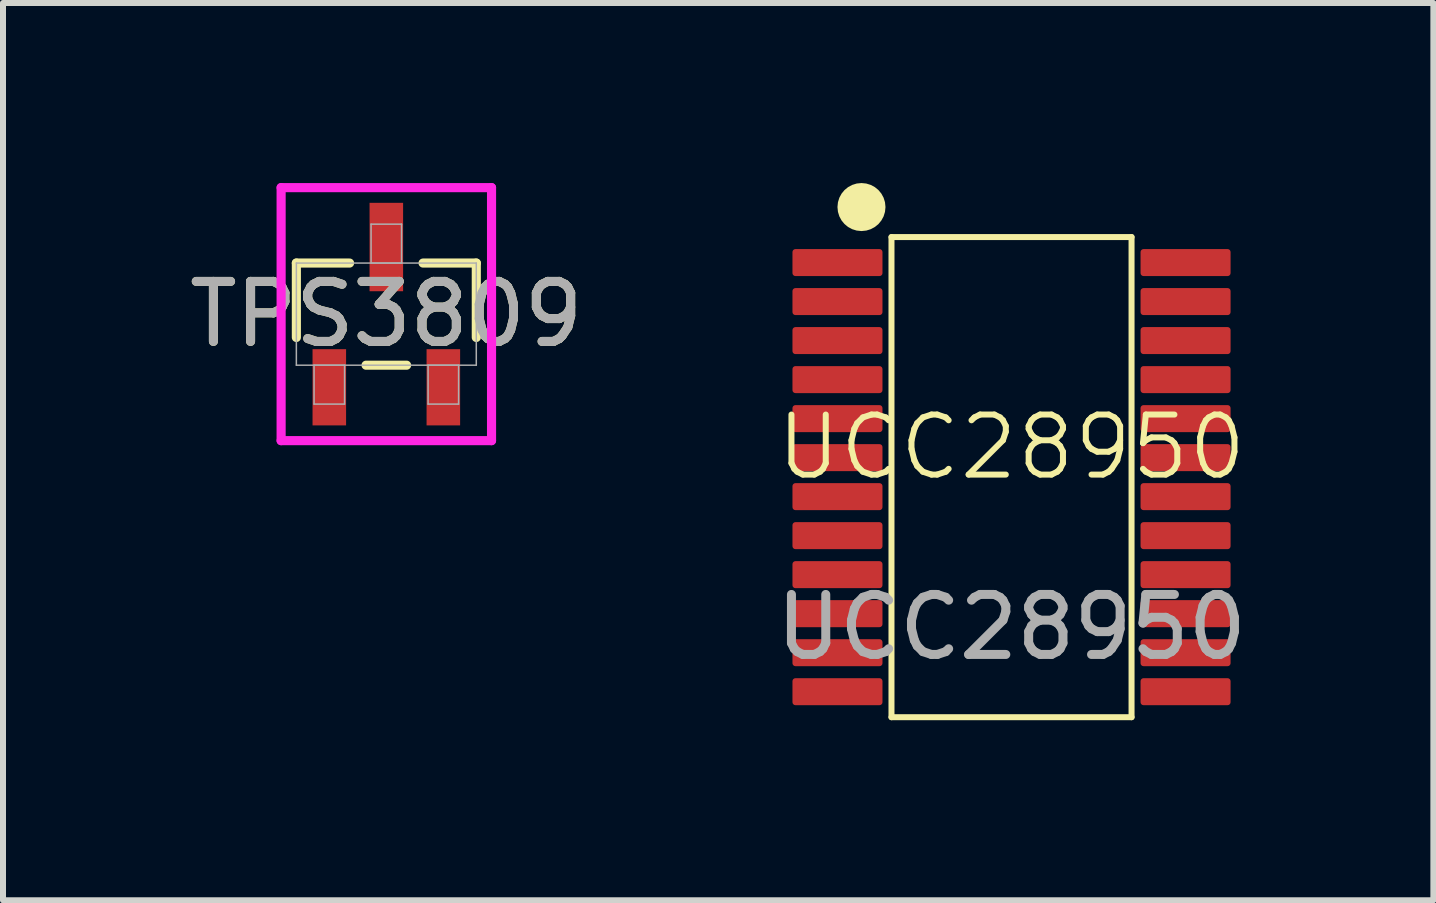
<source format=kicad_pcb>
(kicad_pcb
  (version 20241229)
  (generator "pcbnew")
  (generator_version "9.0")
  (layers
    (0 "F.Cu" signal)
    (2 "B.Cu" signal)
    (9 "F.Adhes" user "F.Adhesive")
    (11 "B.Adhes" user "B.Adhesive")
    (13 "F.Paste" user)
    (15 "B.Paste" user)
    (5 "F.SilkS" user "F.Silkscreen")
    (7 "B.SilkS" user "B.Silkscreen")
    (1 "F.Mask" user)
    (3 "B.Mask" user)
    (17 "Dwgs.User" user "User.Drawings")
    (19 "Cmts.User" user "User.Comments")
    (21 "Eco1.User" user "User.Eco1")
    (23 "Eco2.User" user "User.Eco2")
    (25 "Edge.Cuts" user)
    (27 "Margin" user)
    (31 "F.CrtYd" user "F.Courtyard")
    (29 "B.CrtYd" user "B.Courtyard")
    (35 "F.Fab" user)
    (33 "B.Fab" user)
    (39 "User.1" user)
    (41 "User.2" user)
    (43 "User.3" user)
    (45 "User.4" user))
  (footprint "TPS3809"
    (layer "F.Cu")
    (at 3.387 2.184)
    (property "Reference" "TPS3809" (at 0 0 0) (unlocked yes) (layer "F.SilkS") (effects (font (size 1 1) (thickness 0.15))))
    (attr smd)
    (fp_line (start -1.499 -0.851) (end -1.499 0.389) (stroke (width 0.152) (type solid)) (layer "F.SilkS"))
    (fp_line (start -0.612 -0.851) (end -1.499 -0.851) (stroke (width 0.152) (type solid)) (layer "F.SilkS"))
    (fp_line (start -0.338 0.851) (end 0.338 0.851) (stroke (width 0.152) (type solid)) (layer "F.SilkS"))
    (fp_line (start 1.499 -0.851) (end 0.612 -0.851) (stroke (width 0.152) (type solid)) (layer "F.SilkS"))
    (fp_line (start 1.499 0.389) (end 1.499 -0.851) (stroke (width 0.152) (type solid)) (layer "F.SilkS"))
    (fp_line (start -1.753 -2.108) (end 1.753 -2.108) (stroke (width 0.152) (type solid)) (layer "F.CrtYd"))
    (fp_line (start -1.753 2.108) (end -1.753 -2.108) (stroke (width 0.152) (type solid)) (layer "F.CrtYd"))
    (fp_line (start 1.753 -2.108) (end 1.753 2.108) (stroke (width 0.152) (type solid)) (layer "F.CrtYd"))
    (fp_line (start 1.753 2.108) (end -1.753 2.108) (stroke (width 0.152) (type solid)) (layer "F.CrtYd"))
    (fp_line (start -1.499 -0.851) (end -1.499 0.851) (stroke (width 0.025) (type solid)) (layer "F.Fab"))
    (fp_line (start -1.499 0.851) (end 1.499 0.851) (stroke (width 0.025) (type solid)) (layer "F.Fab"))
    (fp_line (start -1.204 0.851) (end -1.204 1.499) (stroke (width 0.025) (type solid)) (layer "F.Fab"))
    (fp_line (start -1.204 1.499) (end -0.696 1.499) (stroke (width 0.025) (type solid)) (layer "F.Fab"))
    (fp_line (start -0.696 0.851) (end -1.204 0.851) (stroke (width 0.025) (type solid)) (layer "F.Fab"))
    (fp_line (start -0.696 1.499) (end -0.696 0.851) (stroke (width 0.025) (type solid)) (layer "F.Fab"))
    (fp_line (start -0.254 -1.499) (end -0.254 -0.851) (stroke (width 0.025) (type solid)) (layer "F.Fab"))
    (fp_line (start -0.254 -0.851) (end 0.254 -0.851) (stroke (width 0.025) (type solid)) (layer "F.Fab"))
    (fp_line (start 0.254 -1.499) (end -0.254 -1.499) (stroke (width 0.025) (type solid)) (layer "F.Fab"))
    (fp_line (start 0.254 -0.851) (end 0.254 -1.499) (stroke (width 0.025) (type solid)) (layer "F.Fab"))
    (fp_line (start 0.696 0.851) (end 0.696 1.499) (stroke (width 0.025) (type solid)) (layer "F.Fab"))
    (fp_line (start 0.696 1.499) (end 1.204 1.499) (stroke (width 0.025) (type solid)) (layer "F.Fab"))
    (fp_line (start 1.204 0.851) (end 0.696 0.851) (stroke (width 0.025) (type solid)) (layer "F.Fab"))
    (fp_line (start 1.204 1.499) (end 1.204 0.851) (stroke (width 0.025) (type solid)) (layer "F.Fab"))
    (fp_line (start 1.499 -0.851) (end -1.499 -0.851) (stroke (width 0.025) (type solid)) (layer "F.Fab"))
    (fp_line (start 1.499 0.851) (end 1.499 -0.851) (stroke (width 0.025) (type solid)) (layer "F.Fab"))
    (fp_text user "${REFERENCE}" (at 0 0 0) (unlocked yes) (layer "F.Fab") (effects (font (size 1 1) (thickness 0.15))))
    (pad "1" smd rect (at -0.95 1.219) (size 0.559 1.27) (layers "F.Cu" "F.Mask" "F.Paste"))
    (pad "2" smd rect (at 0.95 1.219) (size 0.559 1.27) (layers "F.Cu" "F.Mask" "F.Paste"))
    (pad "3" smd rect (at 0 -1.118) (size 0.559 1.473) (layers "F.Cu" "F.Mask" "F.Paste")))
  (footprint "UCC28950"
    (layer "F.Cu")
    (at 13.804 4.9)
    (property "Reference" "UCC28950" (at 0 -0.5 0) (unlocked yes) (layer "F.SilkS") (effects (font (size 1 1) (thickness 0.1))))
    (attr smd)
    (fp_line (start -2 -4) (end 2 -4) (stroke (width 0.1) (type default)) (layer "F.SilkS"))
    (fp_line (start -2 4) (end -2 -4) (stroke (width 0.1) (type default)) (layer "F.SilkS"))
    (fp_line (start 2 -4) (end 2 4) (stroke (width 0.1) (type default)) (layer "F.SilkS"))
    (fp_line (start 2 4) (end -2 4) (stroke (width 0.1) (type default)) (layer "F.SilkS"))
    (fp_circle (center -2.5 -4.5) (end -2.3 -4.5) (stroke (width 0.4) (type default)) (fill no) (layer "F.SilkS"))
    (fp_text user "${REFERENCE}" (at 0 2.5 0) (unlocked yes) (layer "F.Fab") (effects (font (size 1 1) (thickness 0.15))))
    (pad "1" smd roundrect (at -2.9 -3.575) (size 1.5 0.45) (layers "F.Cu" "F.Mask" "F.Paste") (roundrect_rratio 0.111))
    (pad "2" smd roundrect (at -2.9 -2.925) (size 1.5 0.45) (layers "F.Cu" "F.Mask" "F.Paste") (roundrect_rratio 0.111))
    (pad "3" smd roundrect (at -2.9 -2.275) (size 1.5 0.45) (layers "F.Cu" "F.Mask" "F.Paste") (roundrect_rratio 0.111))
    (pad "4" smd roundrect (at -2.9 -1.625) (size 1.5 0.45) (layers "F.Cu" "F.Mask" "F.Paste") (roundrect_rratio 0.111))
    (pad "5" smd roundrect (at -2.9 -0.975) (size 1.5 0.45) (layers "F.Cu" "F.Mask" "F.Paste") (roundrect_rratio 0.111))
    (pad "6" smd roundrect (at -2.9 -0.325) (size 1.5 0.45) (layers "F.Cu" "F.Mask" "F.Paste") (roundrect_rratio 0.111))
    (pad "7" smd roundrect (at -2.9 0.325) (size 1.5 0.45) (layers "F.Cu" "F.Mask" "F.Paste") (roundrect_rratio 0.111))
    (pad "8" smd roundrect (at -2.9 0.975) (size 1.5 0.45) (layers "F.Cu" "F.Mask" "F.Paste") (roundrect_rratio 0.111))
    (pad "9" smd roundrect (at -2.9 1.625) (size 1.5 0.45) (layers "F.Cu" "F.Mask" "F.Paste") (roundrect_rratio 0.111))
    (pad "10" smd roundrect (at -2.9 2.275) (size 1.5 0.45) (layers "F.Cu" "F.Mask" "F.Paste") (roundrect_rratio 0.111))
    (pad "11" smd roundrect (at -2.9 2.925) (size 1.5 0.45) (layers "F.Cu" "F.Mask" "F.Paste") (roundrect_rratio 0.111))
    (pad "12" smd roundrect (at -2.9 3.575) (size 1.5 0.45) (layers "F.Cu" "F.Mask" "F.Paste") (roundrect_rratio 0.111))
    (pad "13" smd roundrect (at 2.9 3.575) (size 1.5 0.45) (layers "F.Cu" "F.Mask" "F.Paste") (roundrect_rratio 0.111))
    (pad "14" smd roundrect (at 2.9 2.925) (size 1.5 0.45) (layers "F.Cu" "F.Mask" "F.Paste") (roundrect_rratio 0.111))
    (pad "15" smd roundrect (at 2.9 2.275) (size 1.5 0.45) (layers "F.Cu" "F.Mask" "F.Paste") (roundrect_rratio 0.111))
    (pad "16" smd roundrect (at 2.9 1.625) (size 1.5 0.45) (layers "F.Cu" "F.Mask" "F.Paste") (roundrect_rratio 0.111))
    (pad "17" smd roundrect (at 2.9 0.975) (size 1.5 0.45) (layers "F.Cu" "F.Mask" "F.Paste") (roundrect_rratio 0.111))
    (pad "18" smd roundrect (at 2.9 0.325) (size 1.5 0.45) (layers "F.Cu" "F.Mask" "F.Paste") (roundrect_rratio 0.111))
    (pad "19" smd roundrect (at 2.9 -0.325) (size 1.5 0.45) (layers "F.Cu" "F.Mask" "F.Paste") (roundrect_rratio 0.111))
    (pad "20" smd roundrect (at 2.9 -0.975) (size 1.5 0.45) (layers "F.Cu" "F.Mask" "F.Paste") (roundrect_rratio 0.111))
    (pad "21" smd roundrect (at 2.9 -1.625) (size 1.5 0.45) (layers "F.Cu" "F.Mask" "F.Paste") (roundrect_rratio 0.111))
    (pad "22" smd roundrect (at 2.9 -2.275) (size 1.5 0.45) (layers "F.Cu" "F.Mask" "F.Paste") (roundrect_rratio 0.111))
    (pad "23" smd roundrect (at 2.9 -2.925) (size 1.5 0.45) (layers "F.Cu" "F.Mask" "F.Paste") (roundrect_rratio 0.111))
    (pad "24" smd roundrect (at 2.9 -3.575) (size 1.5 0.45) (layers "F.Cu" "F.Mask" "F.Paste") (roundrect_rratio 0.111)))
  (gr_rect
    (start -3 -3)
    (end 20.833 11.95)
    (stroke (width 0.1) (type default))
    (fill no)
    (layer "Edge.Cuts")))
</source>
